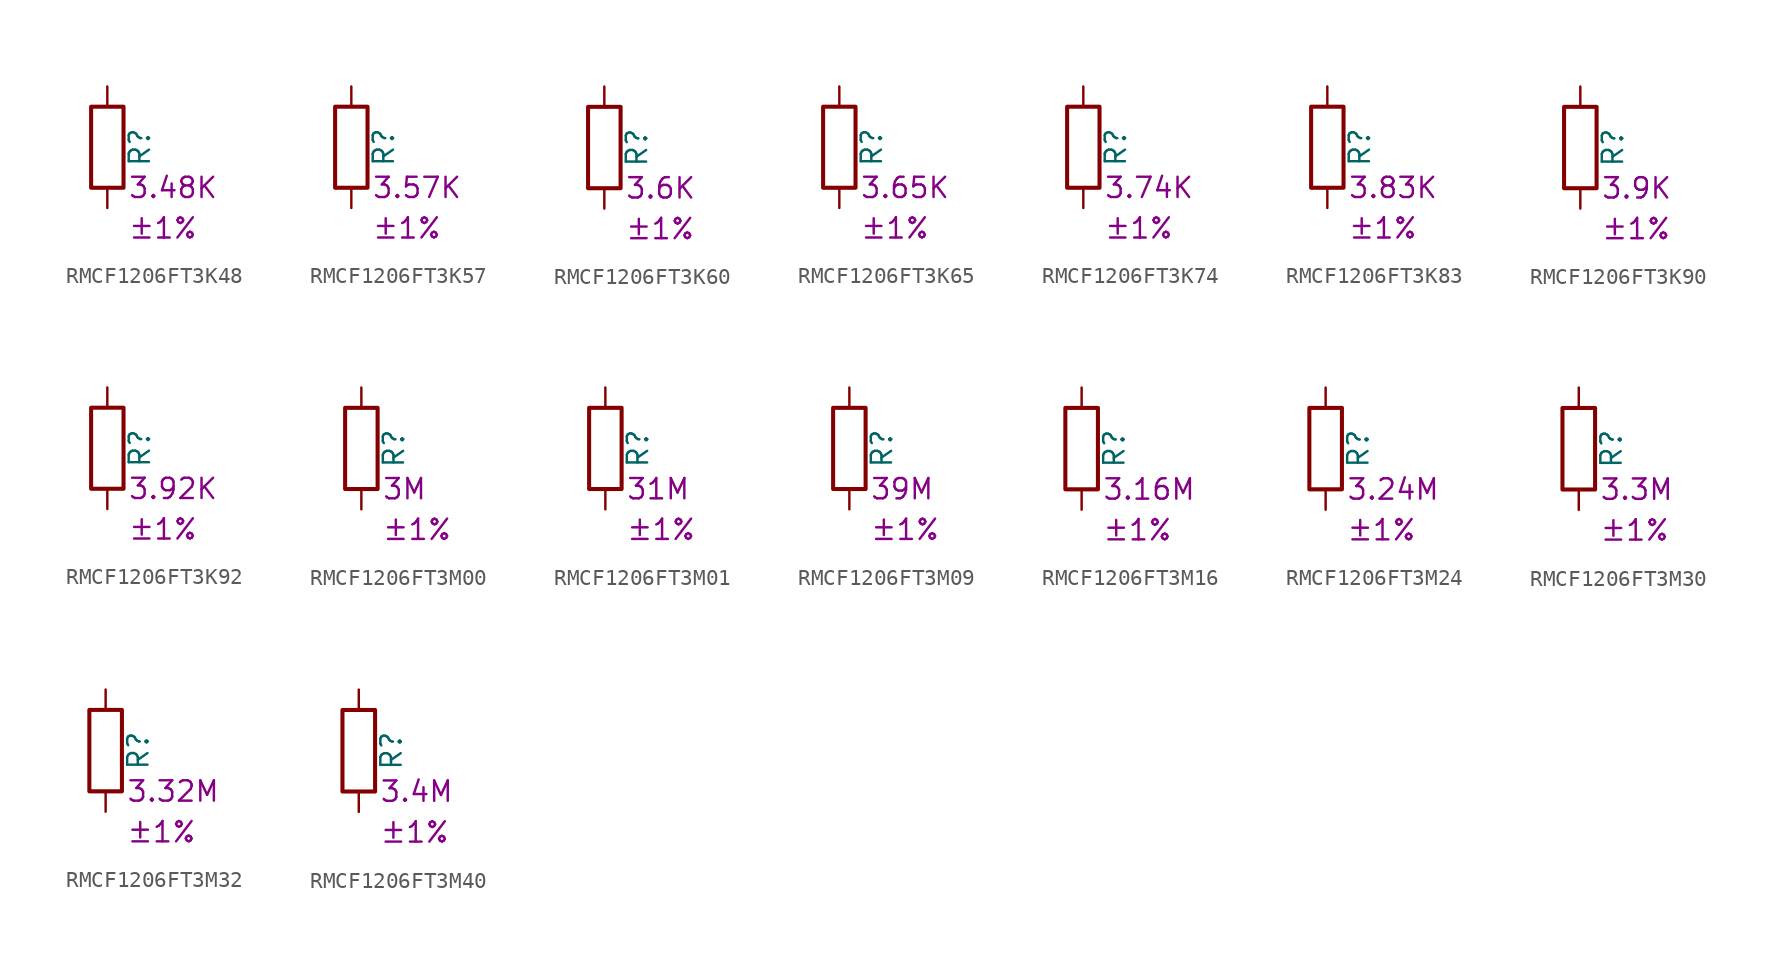
<source format=kicad_sym>
(kicad_symbol_lib
  (version 20220914)
  (generator kicad_symbol_editor)
  (symbol "RMCF1206FT3K48"
    (pin_numbers hide)
    (pin_names
      (offset 0))
    (property "Reference" "R"
      (at 2.032 0 90)
      (effects (font (size 1.27 1.27))))
    (property "Resistance" "3.48K"
      (at 1.27 -2.54 0)
      (effects (font (size 1.27 1.27)) (justify left)))
    (property "Tolerance" "±1%"
      (at 1.27 -5.08 0)
      (effects (font (size 1.27 1.27)) (justify left)))
    (symbol "RMCF1206FT3K48_0_1"
      (rectangle (start -1.016 -2.54) (end 1.016 2.54) (stroke (width 0.254) (type default)) (fill (type none))))
    (symbol "RMCF1206FT3K48_1_1"
      (pin passive line (at 0 3.81 270) (length 1.27) (name "~" (effects (font (size 1.27 1.27)))) (number "1" (effects (font (size 1.27 1.27)))))
      (pin passive line (at 0 -3.81 90) (length 1.27) (name "~" (effects (font (size 1.27 1.27)))) (number "2" (effects (font (size 1.27 1.27)))))))
  (symbol "RMCF1206FT3K57"
    (pin_numbers hide)
    (pin_names
      (offset 0))
    (property "Reference" "R"
      (at 2.032 0 90)
      (effects (font (size 1.27 1.27))))
    (property "Resistance" "3.57K"
      (at 1.27 -2.54 0)
      (effects (font (size 1.27 1.27)) (justify left)))
    (property "Tolerance" "±1%"
      (at 1.27 -5.08 0)
      (effects (font (size 1.27 1.27)) (justify left)))
    (symbol "RMCF1206FT3K57_0_1"
      (rectangle (start -1.016 -2.54) (end 1.016 2.54) (stroke (width 0.254) (type default)) (fill (type none))))
    (symbol "RMCF1206FT3K57_1_1"
      (pin passive line (at 0 3.81 270) (length 1.27) (name "~" (effects (font (size 1.27 1.27)))) (number "1" (effects (font (size 1.27 1.27)))))
      (pin passive line (at 0 -3.81 90) (length 1.27) (name "~" (effects (font (size 1.27 1.27)))) (number "2" (effects (font (size 1.27 1.27)))))))
  (symbol "RMCF1206FT3K60"
    (pin_numbers hide)
    (pin_names
      (offset 0))
    (property "Reference" "R"
      (at 2.032 0 90)
      (effects (font (size 1.27 1.27))))
    (property "Resistance" "3.6K"
      (at 1.27 -2.54 0)
      (effects (font (size 1.27 1.27)) (justify left)))
    (property "Tolerance" "±1%"
      (at 1.27 -5.08 0)
      (effects (font (size 1.27 1.27)) (justify left)))
    (symbol "RMCF1206FT3K60_0_1"
      (rectangle (start -1.016 -2.54) (end 1.016 2.54) (stroke (width 0.254) (type default)) (fill (type none))))
    (symbol "RMCF1206FT3K60_1_1"
      (pin passive line (at 0 3.81 270) (length 1.27) (name "~" (effects (font (size 1.27 1.27)))) (number "1" (effects (font (size 1.27 1.27)))))
      (pin passive line (at 0 -3.81 90) (length 1.27) (name "~" (effects (font (size 1.27 1.27)))) (number "2" (effects (font (size 1.27 1.27)))))))
  (symbol "RMCF1206FT3K65"
    (pin_numbers hide)
    (pin_names
      (offset 0))
    (property "Reference" "R"
      (at 2.032 0 90)
      (effects (font (size 1.27 1.27))))
    (property "Resistance" "3.65K"
      (at 1.27 -2.54 0)
      (effects (font (size 1.27 1.27)) (justify left)))
    (property "Tolerance" "±1%"
      (at 1.27 -5.08 0)
      (effects (font (size 1.27 1.27)) (justify left)))
    (symbol "RMCF1206FT3K65_0_1"
      (rectangle (start -1.016 -2.54) (end 1.016 2.54) (stroke (width 0.254) (type default)) (fill (type none))))
    (symbol "RMCF1206FT3K65_1_1"
      (pin passive line (at 0 3.81 270) (length 1.27) (name "~" (effects (font (size 1.27 1.27)))) (number "1" (effects (font (size 1.27 1.27)))))
      (pin passive line (at 0 -3.81 90) (length 1.27) (name "~" (effects (font (size 1.27 1.27)))) (number "2" (effects (font (size 1.27 1.27)))))))
  (symbol "RMCF1206FT3K74"
    (pin_numbers hide)
    (pin_names
      (offset 0))
    (property "Reference" "R"
      (at 2.032 0 90)
      (effects (font (size 1.27 1.27))))
    (property "Resistance" "3.74K"
      (at 1.27 -2.54 0)
      (effects (font (size 1.27 1.27)) (justify left)))
    (property "Tolerance" "±1%"
      (at 1.27 -5.08 0)
      (effects (font (size 1.27 1.27)) (justify left)))
    (symbol "RMCF1206FT3K74_0_1"
      (rectangle (start -1.016 -2.54) (end 1.016 2.54) (stroke (width 0.254) (type default)) (fill (type none))))
    (symbol "RMCF1206FT3K74_1_1"
      (pin passive line (at 0 3.81 270) (length 1.27) (name "~" (effects (font (size 1.27 1.27)))) (number "1" (effects (font (size 1.27 1.27)))))
      (pin passive line (at 0 -3.81 90) (length 1.27) (name "~" (effects (font (size 1.27 1.27)))) (number "2" (effects (font (size 1.27 1.27)))))))
  (symbol "RMCF1206FT3K83"
    (pin_numbers hide)
    (pin_names
      (offset 0))
    (property "Reference" "R"
      (at 2.032 0 90)
      (effects (font (size 1.27 1.27))))
    (property "Resistance" "3.83K"
      (at 1.27 -2.54 0)
      (effects (font (size 1.27 1.27)) (justify left)))
    (property "Tolerance" "±1%"
      (at 1.27 -5.08 0)
      (effects (font (size 1.27 1.27)) (justify left)))
    (symbol "RMCF1206FT3K83_0_1"
      (rectangle (start -1.016 -2.54) (end 1.016 2.54) (stroke (width 0.254) (type default)) (fill (type none))))
    (symbol "RMCF1206FT3K83_1_1"
      (pin passive line (at 0 3.81 270) (length 1.27) (name "~" (effects (font (size 1.27 1.27)))) (number "1" (effects (font (size 1.27 1.27)))))
      (pin passive line (at 0 -3.81 90) (length 1.27) (name "~" (effects (font (size 1.27 1.27)))) (number "2" (effects (font (size 1.27 1.27)))))))
  (symbol "RMCF1206FT3K90"
    (pin_numbers hide)
    (pin_names
      (offset 0))
    (property "Reference" "R"
      (at 2.032 0 90)
      (effects (font (size 1.27 1.27))))
    (property "Resistance" "3.9K"
      (at 1.27 -2.54 0)
      (effects (font (size 1.27 1.27)) (justify left)))
    (property "Tolerance" "±1%"
      (at 1.27 -5.08 0)
      (effects (font (size 1.27 1.27)) (justify left)))
    (symbol "RMCF1206FT3K90_0_1"
      (rectangle (start -1.016 -2.54) (end 1.016 2.54) (stroke (width 0.254) (type default)) (fill (type none))))
    (symbol "RMCF1206FT3K90_1_1"
      (pin passive line (at 0 3.81 270) (length 1.27) (name "~" (effects (font (size 1.27 1.27)))) (number "1" (effects (font (size 1.27 1.27)))))
      (pin passive line (at 0 -3.81 90) (length 1.27) (name "~" (effects (font (size 1.27 1.27)))) (number "2" (effects (font (size 1.27 1.27)))))))
  (symbol "RMCF1206FT3K92"
    (pin_numbers hide)
    (pin_names
      (offset 0))
    (property "Reference" "R"
      (at 2.032 0 90)
      (effects (font (size 1.27 1.27))))
    (property "Resistance" "3.92K"
      (at 1.27 -2.54 0)
      (effects (font (size 1.27 1.27)) (justify left)))
    (property "Tolerance" "±1%"
      (at 1.27 -5.08 0)
      (effects (font (size 1.27 1.27)) (justify left)))
    (symbol "RMCF1206FT3K92_0_1"
      (rectangle (start -1.016 -2.54) (end 1.016 2.54) (stroke (width 0.254) (type default)) (fill (type none))))
    (symbol "RMCF1206FT3K92_1_1"
      (pin passive line (at 0 3.81 270) (length 1.27) (name "~" (effects (font (size 1.27 1.27)))) (number "1" (effects (font (size 1.27 1.27)))))
      (pin passive line (at 0 -3.81 90) (length 1.27) (name "~" (effects (font (size 1.27 1.27)))) (number "2" (effects (font (size 1.27 1.27)))))))
  (symbol "RMCF1206FT3M00"
    (pin_numbers hide)
    (pin_names
      (offset 0))
    (property "Reference" "R"
      (at 2.032 0 90)
      (effects (font (size 1.27 1.27))))
    (property "Resistance" "3M"
      (at 1.27 -2.54 0)
      (effects (font (size 1.27 1.27)) (justify left)))
    (property "Tolerance" "±1%"
      (at 1.27 -5.08 0)
      (effects (font (size 1.27 1.27)) (justify left)))
    (symbol "RMCF1206FT3M00_0_1"
      (rectangle (start -1.016 -2.54) (end 1.016 2.54) (stroke (width 0.254) (type default)) (fill (type none))))
    (symbol "RMCF1206FT3M00_1_1"
      (pin passive line (at 0 3.81 270) (length 1.27) (name "~" (effects (font (size 1.27 1.27)))) (number "1" (effects (font (size 1.27 1.27)))))
      (pin passive line (at 0 -3.81 90) (length 1.27) (name "~" (effects (font (size 1.27 1.27)))) (number "2" (effects (font (size 1.27 1.27)))))))
  (symbol "RMCF1206FT3M01"
    (pin_numbers hide)
    (pin_names
      (offset 0))
    (property "Reference" "R"
      (at 2.032 0 90)
      (effects (font (size 1.27 1.27))))
    (property "Resistance" "31M"
      (at 1.27 -2.54 0)
      (effects (font (size 1.27 1.27)) (justify left)))
    (property "Tolerance" "±1%"
      (at 1.27 -5.08 0)
      (effects (font (size 1.27 1.27)) (justify left)))
    (symbol "RMCF1206FT3M01_0_1"
      (rectangle (start -1.016 -2.54) (end 1.016 2.54) (stroke (width 0.254) (type default)) (fill (type none))))
    (symbol "RMCF1206FT3M01_1_1"
      (pin passive line (at 0 3.81 270) (length 1.27) (name "~" (effects (font (size 1.27 1.27)))) (number "1" (effects (font (size 1.27 1.27)))))
      (pin passive line (at 0 -3.81 90) (length 1.27) (name "~" (effects (font (size 1.27 1.27)))) (number "2" (effects (font (size 1.27 1.27)))))))
  (symbol "RMCF1206FT3M09"
    (pin_numbers hide)
    (pin_names
      (offset 0))
    (property "Reference" "R"
      (at 2.032 0 90)
      (effects (font (size 1.27 1.27))))
    (property "Resistance" "39M"
      (at 1.27 -2.54 0)
      (effects (font (size 1.27 1.27)) (justify left)))
    (property "Tolerance" "±1%"
      (at 1.27 -5.08 0)
      (effects (font (size 1.27 1.27)) (justify left)))
    (symbol "RMCF1206FT3M09_0_1"
      (rectangle (start -1.016 -2.54) (end 1.016 2.54) (stroke (width 0.254) (type default)) (fill (type none))))
    (symbol "RMCF1206FT3M09_1_1"
      (pin passive line (at 0 3.81 270) (length 1.27) (name "~" (effects (font (size 1.27 1.27)))) (number "1" (effects (font (size 1.27 1.27)))))
      (pin passive line (at 0 -3.81 90) (length 1.27) (name "~" (effects (font (size 1.27 1.27)))) (number "2" (effects (font (size 1.27 1.27)))))))
  (symbol "RMCF1206FT3M16"
    (pin_numbers hide)
    (pin_names
      (offset 0))
    (property "Reference" "R"
      (at 2.032 0 90)
      (effects (font (size 1.27 1.27))))
    (property "Resistance" "3.16M"
      (at 1.27 -2.54 0)
      (effects (font (size 1.27 1.27)) (justify left)))
    (property "Tolerance" "±1%"
      (at 1.27 -5.08 0)
      (effects (font (size 1.27 1.27)) (justify left)))
    (symbol "RMCF1206FT3M16_0_1"
      (rectangle (start -1.016 -2.54) (end 1.016 2.54) (stroke (width 0.254) (type default)) (fill (type none))))
    (symbol "RMCF1206FT3M16_1_1"
      (pin passive line (at 0 3.81 270) (length 1.27) (name "~" (effects (font (size 1.27 1.27)))) (number "1" (effects (font (size 1.27 1.27)))))
      (pin passive line (at 0 -3.81 90) (length 1.27) (name "~" (effects (font (size 1.27 1.27)))) (number "2" (effects (font (size 1.27 1.27)))))))
  (symbol "RMCF1206FT3M24"
    (pin_numbers hide)
    (pin_names
      (offset 0))
    (property "Reference" "R"
      (at 2.032 0 90)
      (effects (font (size 1.27 1.27))))
    (property "Resistance" "3.24M"
      (at 1.27 -2.54 0)
      (effects (font (size 1.27 1.27)) (justify left)))
    (property "Tolerance" "±1%"
      (at 1.27 -5.08 0)
      (effects (font (size 1.27 1.27)) (justify left)))
    (symbol "RMCF1206FT3M24_0_1"
      (rectangle (start -1.016 -2.54) (end 1.016 2.54) (stroke (width 0.254) (type default)) (fill (type none))))
    (symbol "RMCF1206FT3M24_1_1"
      (pin passive line (at 0 3.81 270) (length 1.27) (name "~" (effects (font (size 1.27 1.27)))) (number "1" (effects (font (size 1.27 1.27)))))
      (pin passive line (at 0 -3.81 90) (length 1.27) (name "~" (effects (font (size 1.27 1.27)))) (number "2" (effects (font (size 1.27 1.27)))))))
  (symbol "RMCF1206FT3M30"
    (pin_numbers hide)
    (pin_names
      (offset 0))
    (property "Reference" "R"
      (at 2.032 0 90)
      (effects (font (size 1.27 1.27))))
    (property "Resistance" "3.3M"
      (at 1.27 -2.54 0)
      (effects (font (size 1.27 1.27)) (justify left)))
    (property "Tolerance" "±1%"
      (at 1.27 -5.08 0)
      (effects (font (size 1.27 1.27)) (justify left)))
    (symbol "RMCF1206FT3M30_0_1"
      (rectangle (start -1.016 -2.54) (end 1.016 2.54) (stroke (width 0.254) (type default)) (fill (type none))))
    (symbol "RMCF1206FT3M30_1_1"
      (pin passive line (at 0 3.81 270) (length 1.27) (name "~" (effects (font (size 1.27 1.27)))) (number "1" (effects (font (size 1.27 1.27)))))
      (pin passive line (at 0 -3.81 90) (length 1.27) (name "~" (effects (font (size 1.27 1.27)))) (number "2" (effects (font (size 1.27 1.27)))))))
  (symbol "RMCF1206FT3M32"
    (pin_numbers hide)
    (pin_names
      (offset 0))
    (property "Reference" "R"
      (at 2.032 0 90)
      (effects (font (size 1.27 1.27))))
    (property "Resistance" "3.32M"
      (at 1.27 -2.54 0)
      (effects (font (size 1.27 1.27)) (justify left)))
    (property "Tolerance" "±1%"
      (at 1.27 -5.08 0)
      (effects (font (size 1.27 1.27)) (justify left)))
    (symbol "RMCF1206FT3M32_0_1"
      (rectangle (start -1.016 -2.54) (end 1.016 2.54) (stroke (width 0.254) (type default)) (fill (type none))))
    (symbol "RMCF1206FT3M32_1_1"
      (pin passive line (at 0 3.81 270) (length 1.27) (name "~" (effects (font (size 1.27 1.27)))) (number "1" (effects (font (size 1.27 1.27)))))
      (pin passive line (at 0 -3.81 90) (length 1.27) (name "~" (effects (font (size 1.27 1.27)))) (number "2" (effects (font (size 1.27 1.27)))))))
  (symbol "RMCF1206FT3M40"
    (pin_numbers hide)
    (pin_names
      (offset 0))
    (property "Reference" "R"
      (at 2.032 0 90)
      (effects (font (size 1.27 1.27))))
    (property "Resistance" "3.4M"
      (at 1.27 -2.54 0)
      (effects (font (size 1.27 1.27)) (justify left)))
    (property "Tolerance" "±1%"
      (at 1.27 -5.08 0)
      (effects (font (size 1.27 1.27)) (justify left)))
    (symbol "RMCF1206FT3M40_0_1"
      (rectangle (start -1.016 -2.54) (end 1.016 2.54) (stroke (width 0.254) (type default)) (fill (type none))))
    (symbol "RMCF1206FT3M40_1_1"
      (pin passive line (at 0 3.81 270) (length 1.27) (name "~" (effects (font (size 1.27 1.27)))) (number "1" (effects (font (size 1.27 1.27)))))
      (pin passive line (at 0 -3.81 90) (length 1.27) (name "~" (effects (font (size 1.27 1.27)))) (number "2" (effects (font (size 1.27 1.27))))))))
</source>
